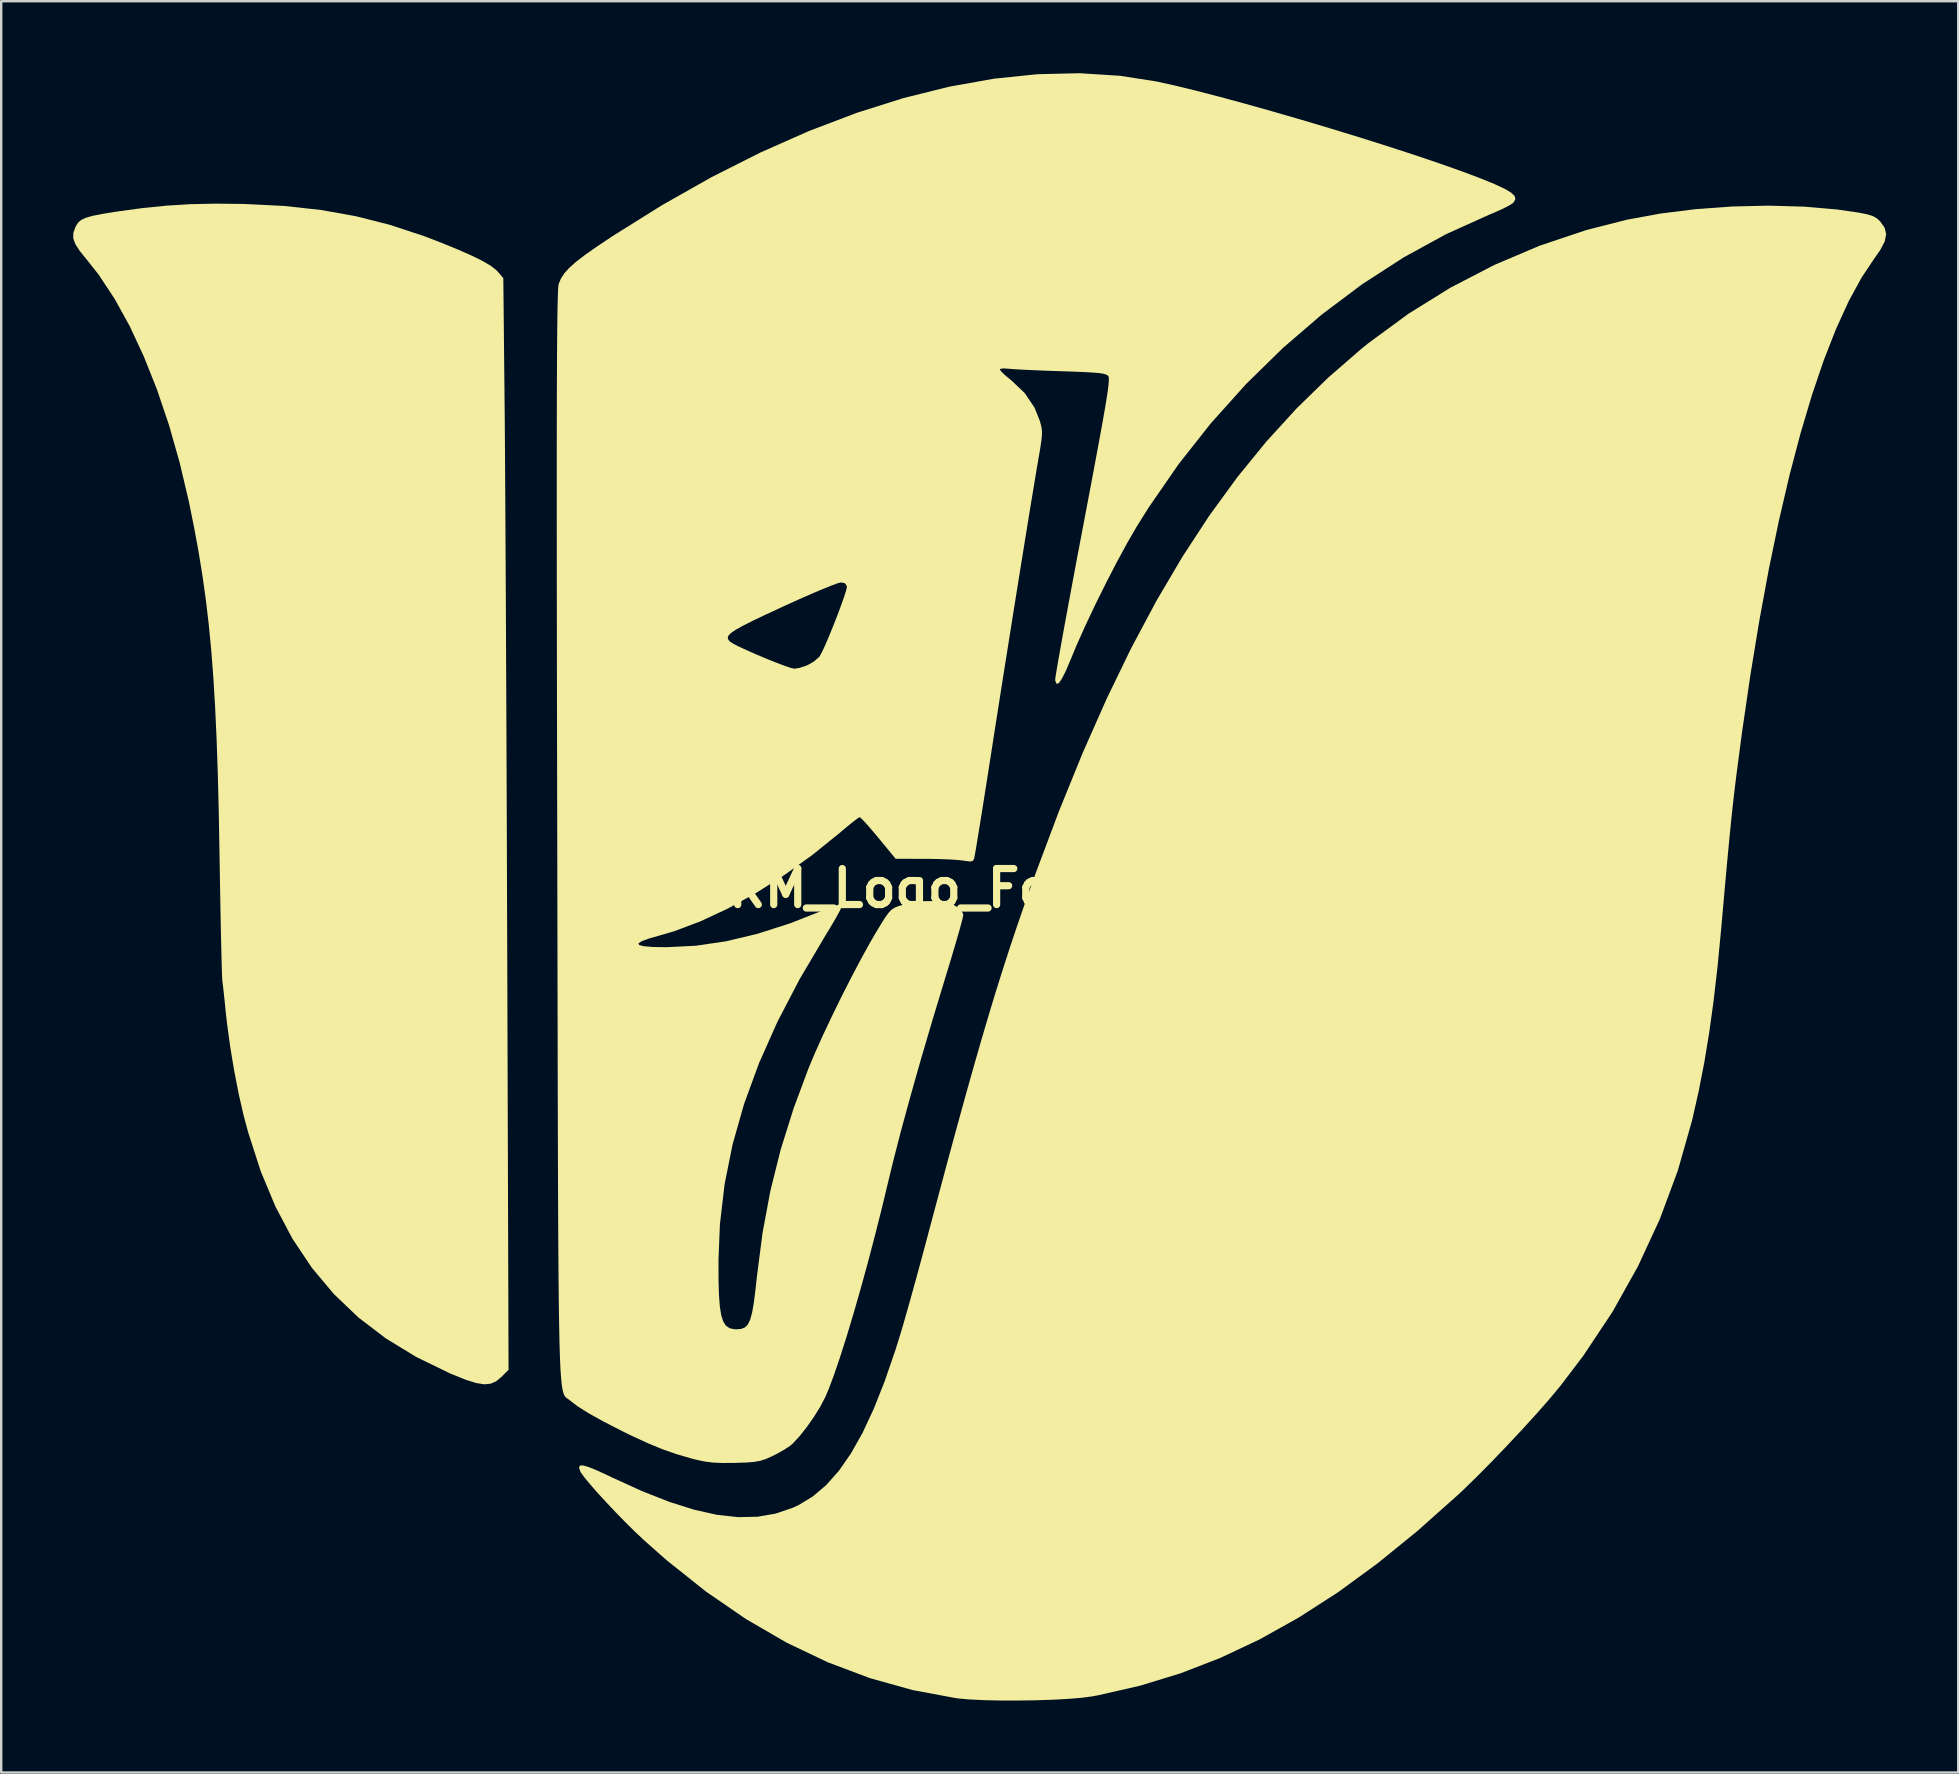
<source format=kicad_pcb>
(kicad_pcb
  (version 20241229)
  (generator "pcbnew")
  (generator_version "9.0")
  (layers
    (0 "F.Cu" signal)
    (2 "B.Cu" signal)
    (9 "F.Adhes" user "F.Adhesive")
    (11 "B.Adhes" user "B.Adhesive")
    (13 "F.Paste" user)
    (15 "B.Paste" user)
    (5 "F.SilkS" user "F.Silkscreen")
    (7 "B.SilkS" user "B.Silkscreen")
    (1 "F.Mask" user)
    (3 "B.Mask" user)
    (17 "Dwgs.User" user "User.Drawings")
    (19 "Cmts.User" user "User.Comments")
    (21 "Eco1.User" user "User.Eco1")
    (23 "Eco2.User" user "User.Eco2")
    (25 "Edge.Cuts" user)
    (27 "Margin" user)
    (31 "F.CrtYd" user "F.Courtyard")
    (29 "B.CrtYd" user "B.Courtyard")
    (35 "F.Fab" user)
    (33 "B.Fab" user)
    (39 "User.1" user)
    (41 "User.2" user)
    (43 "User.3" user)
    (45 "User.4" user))
  (footprint "RM_Logo_Footprint"
    (layer "F.Cu")
    (at 37.754 33.955)
    (property "Reference" "RM_Logo_Footprint" (at 0 0 0) (layer "F.SilkS") (effects (font (size 1.5 1.5) (thickness 0.3))))
    (attr board_only exclude_from_pos_files exclude_from_bom)
    (fp_poly (pts (xy -30.708 -28.51) (xy -30.607 -28.507) (xy -28.962 -28.425) (xy -27.43 -28.257) (xy -25.974 -27.997) (xy -24.556 -27.637) (xy -23.14 -27.169) (xy -22.402 -26.886) (xy -21.691 -26.593) (xy -21.125 -26.343) (xy -20.689 -26.127) (xy -20.367 -25.936) (xy -20.141 -25.764) (xy -20.047 -25.666) (xy -19.836 -25.416) (xy -19.782 -20.095) (xy -19.776 -19.467) (xy -19.77 -18.68) (xy -19.764 -17.748) (xy -19.757 -16.68) (xy -19.75 -15.489) (xy -19.743 -14.186) (xy -19.735 -12.782) (xy -19.728 -11.289) (xy -19.721 -9.719) (xy -19.713 -8.083) (xy -19.706 -6.391) (xy -19.699 -4.657) (xy -19.692 -2.891) (xy -19.686 -1.104) (xy -19.68 0.691) (xy -19.674 2.483) (xy -19.673 2.642) (xy -19.618 20.059) (xy -19.918 20.359) (xy -20.134 20.537) (xy -20.365 20.639) (xy -20.637 20.664) (xy -20.976 20.609) (xy -21.406 20.473) (xy -21.952 20.254) (xy -22.077 20.2) (xy -23.466 19.524) (xy -24.729 18.753) (xy -25.871 17.881) (xy -26.897 16.902) (xy -27.812 15.81) (xy -28.621 14.598) (xy -29.329 13.26) (xy -29.941 11.791) (xy -30.461 10.183) (xy -30.659 9.446) (xy -30.856 8.588) (xy -31.043 7.626) (xy -31.21 6.627) (xy -31.344 5.656) (xy -31.408 5.08) (xy -31.449 4.665) (xy -31.49 4.289) (xy -31.523 3.997) (xy -31.542 3.852) (xy -31.551 3.724) (xy -31.561 3.441) (xy -31.573 3.02) (xy -31.586 2.477) (xy -31.601 1.827) (xy -31.616 1.085) (xy -31.631 0.267) (xy -31.646 -0.612) (xy -31.661 -1.524) (xy -31.692 -3.244) (xy -31.732 -4.813) (xy -31.782 -6.248) (xy -31.843 -7.567) (xy -31.917 -8.788) (xy -32.005 -9.927) (xy -32.109 -11.003) (xy -32.231 -12.034) (xy -32.372 -13.037) (xy -32.534 -14.03) (xy -32.718 -15.031) (xy -32.925 -16.056) (xy -32.934 -16.1) (xy -33.319 -17.734) (xy -33.764 -19.297) (xy -34.264 -20.777) (xy -34.813 -22.157) (xy -35.404 -23.424) (xy -36.032 -24.562) (xy -36.69 -25.557) (xy -37.167 -26.162) (xy -37.474 -26.54) (xy -37.666 -26.836) (xy -37.754 -27.082) (xy -37.748 -27.31) (xy -37.66 -27.551) (xy -37.638 -27.594) (xy -37.548 -27.732) (xy -37.421 -27.842) (xy -37.231 -27.932) (xy -36.952 -28.012) (xy -36.561 -28.091) (xy -36.03 -28.177) (xy -35.941 -28.19) (xy -34.869 -28.337) (xy -33.868 -28.438) (xy -32.879 -28.499) (xy -31.846 -28.521)) (stroke (width 0) (type solid)) (fill yes) (layer "F.SilkS"))
    (fp_poly (pts (xy 34.353 -28.396) (xy 35.741 -28.276) (xy 36.618 -28.149) (xy 36.981 -28.078) (xy 37.223 -28.002) (xy 37.394 -27.903) (xy 37.529 -27.773) (xy 37.71 -27.512) (xy 37.772 -27.245) (xy 37.711 -26.945) (xy 37.523 -26.586) (xy 37.301 -26.269) (xy 36.749 -25.444) (xy 36.21 -24.455) (xy 35.685 -23.306) (xy 35.174 -22.001) (xy 34.679 -20.545) (xy 34.202 -18.942) (xy 33.743 -17.198) (xy 33.304 -15.315) (xy 32.885 -13.299) (xy 32.489 -11.155) (xy 32.116 -8.886) (xy 31.767 -6.497) (xy 31.547 -4.826) (xy 31.486 -4.34) (xy 31.43 -3.869) (xy 31.376 -3.391) (xy 31.322 -2.886) (xy 31.266 -2.334) (xy 31.206 -1.713) (xy 31.139 -1.002) (xy 31.065 -0.181) (xy 30.98 0.771) (xy 30.902 1.651) (xy 30.751 3.229) (xy 30.586 4.668) (xy 30.403 5.995) (xy 30.198 7.242) (xy 29.965 8.436) (xy 29.702 9.607) (xy 29.68 9.694) (xy 29.09 11.768) (xy 28.341 13.787) (xy 27.433 15.747) (xy 26.371 17.645) (xy 25.154 19.476) (xy 24.196 20.736) (xy 23.77 21.248) (xy 23.248 21.844) (xy 22.659 22.493) (xy 22.031 23.165) (xy 21.394 23.83) (xy 20.776 24.457) (xy 20.205 25.015) (xy 19.946 25.259) (xy 18.247 26.772) (xy 16.58 28.127) (xy 14.935 29.328) (xy 13.301 30.38) (xy 11.67 31.291) (xy 10.03 32.064) (xy 8.374 32.705) (xy 6.689 33.22) (xy 4.968 33.613) (xy 4.699 33.664) (xy 4.273 33.721) (xy 3.714 33.768) (xy 3.058 33.804) (xy 2.341 33.827) (xy 1.6 33.838) (xy 0.869 33.837) (xy 0.186 33.822) (xy -0.414 33.793) (xy -0.894 33.75) (xy -0.974 33.739) (xy -2.788 33.401) (xy -4.566 32.904) (xy -6.313 32.247) (xy -8.03 31.429) (xy -9.722 30.447) (xy -11.39 29.301) (xy -13.038 27.988) (xy -13.97 27.164) (xy -14.343 26.813) (xy -14.745 26.416) (xy -15.155 25.995) (xy -15.553 25.574) (xy -15.919 25.175) (xy -16.23 24.819) (xy -16.468 24.53) (xy -16.61 24.33) (xy -16.63 24.292) (xy -16.681 24.137) (xy -16.649 24.052) (xy -16.522 24.042) (xy -16.288 24.108) (xy -15.934 24.251) (xy -15.448 24.476) (xy -15.316 24.54) (xy -14.069 25.109) (xy -12.93 25.558) (xy -11.888 25.888) (xy -10.933 26.101) (xy -10.055 26.198) (xy -9.244 26.18) (xy -8.49 26.05) (xy -7.781 25.808) (xy -7.527 25.69) (xy -6.938 25.332) (xy -6.382 24.859) (xy -5.855 24.265) (xy -5.352 23.541) (xy -4.868 22.68) (xy -4.4 21.676) (xy -3.943 20.521) (xy -3.492 19.207) (xy -3.272 18.5) (xy -3.153 18.095) (xy -3 17.558) (xy -2.822 16.923) (xy -2.628 16.222) (xy -2.428 15.487) (xy -2.23 14.751) (xy -2.158 14.478) (xy -1.707 12.786) (xy -1.293 11.243) (xy -0.91 9.835) (xy -0.555 8.548) (xy -0.222 7.365) (xy 0.092 6.274) (xy 0.392 5.258) (xy 0.682 4.303) (xy 0.967 3.394) (xy 1.251 2.517) (xy 1.538 1.657) (xy 1.834 0.798) (xy 2.141 -0.073) (xy 2.344 -0.635) (xy 3.312 -3.212) (xy 4.294 -5.627) (xy 5.295 -7.888) (xy 6.319 -10.001) (xy 7.371 -11.973) (xy 8.456 -13.813) (xy 9.577 -15.527) (xy 10.739 -17.122) (xy 11.948 -18.606) (xy 13.206 -19.985) (xy 14.52 -21.267) (xy 15.893 -22.46) (xy 16.2 -22.708) (xy 17.858 -23.926) (xy 19.611 -25.015) (xy 21.443 -25.966) (xy 23.337 -26.77) (xy 25.276 -27.421) (xy 26.971 -27.852) (xy 28.373 -28.109) (xy 29.852 -28.294) (xy 31.368 -28.403) (xy 32.882 -28.438)) (stroke (width 0) (type solid)) (fill yes) (layer "F.SilkS"))
    (fp_poly (pts (xy 5.852 -33.848) (xy 7.366 -33.612) (xy 8.122 -33.446) (xy 9.013 -33.229) (xy 10.015 -32.969) (xy 11.104 -32.674) (xy 12.255 -32.35) (xy 13.445 -32.005) (xy 14.648 -31.646) (xy 15.841 -31.28) (xy 17 -30.914) (xy 18.1 -30.556) (xy 19.117 -30.213) (xy 20.027 -29.892) (xy 20.805 -29.601) (xy 20.897 -29.565) (xy 21.46 -29.335) (xy 21.872 -29.144) (xy 22.146 -28.982) (xy 22.294 -28.841) (xy 22.327 -28.711) (xy 22.258 -28.583) (xy 22.217 -28.541) (xy 22.071 -28.446) (xy 21.81 -28.313) (xy 21.476 -28.161) (xy 21.251 -28.068) (xy 19.446 -27.254) (xy 17.671 -26.282) (xy 15.939 -25.162) (xy 14.26 -23.902) (xy 12.645 -22.512) (xy 11.104 -21.003) (xy 9.65 -19.384) (xy 8.292 -17.664) (xy 7.042 -15.854) (xy 6.546 -15.06) (xy 6.151 -14.378) (xy 5.719 -13.583) (xy 5.271 -12.717) (xy 4.829 -11.825) (xy 4.416 -10.952) (xy 4.053 -10.141) (xy 3.814 -9.567) (xy 3.601 -9.063) (xy 3.429 -8.721) (xy 3.299 -8.54) (xy 3.208 -8.52) (xy 3.156 -8.659) (xy 3.153 -8.678) (xy 3.165 -8.787) (xy 3.207 -9.049) (xy 3.275 -9.45) (xy 3.369 -9.978) (xy 3.484 -10.618) (xy 3.619 -11.358) (xy 3.772 -12.183) (xy 3.939 -13.081) (xy 4.119 -14.039) (xy 4.307 -15.028) (xy 4.53 -16.205) (xy 4.723 -17.227) (xy 4.887 -18.104) (xy 5.024 -18.848) (xy 5.137 -19.47) (xy 5.226 -19.98) (xy 5.294 -20.389) (xy 5.343 -20.71) (xy 5.374 -20.951) (xy 5.389 -21.125) (xy 5.39 -21.242) (xy 5.379 -21.314) (xy 5.362 -21.346) (xy 5.298 -21.393) (xy 5.183 -21.43) (xy 4.996 -21.461) (xy 4.715 -21.485) (xy 4.319 -21.507) (xy 3.788 -21.528) (xy 3.405 -21.54) (xy 2.839 -21.559) (xy 2.31 -21.581) (xy 1.847 -21.602) (xy 1.483 -21.623) (xy 1.247 -21.641) (xy 1.206 -21.645) (xy 0.981 -21.659) (xy 0.857 -21.632) (xy 0.847 -21.613) (xy 0.909 -21.526) (xy 1.074 -21.369) (xy 1.307 -21.176) (xy 1.338 -21.151) (xy 1.885 -20.629) (xy 2.291 -20.028) (xy 2.514 -19.475) (xy 2.569 -19.271) (xy 2.6 -19.092) (xy 2.604 -18.899) (xy 2.58 -18.651) (xy 2.528 -18.308) (xy 2.466 -17.949) (xy 2.386 -17.481) (xy 2.283 -16.863) (xy 2.159 -16.114) (xy 2.018 -15.252) (xy 1.863 -14.294) (xy 1.696 -13.259) (xy 1.52 -12.165) (xy 1.339 -11.03) (xy 1.155 -9.872) (xy 0.97 -8.708) (xy 0.789 -7.558) (xy 0.613 -6.438) (xy 0.468 -5.505) (xy 0.34 -4.687) (xy 0.219 -3.917) (xy 0.107 -3.212) (xy 0.007 -2.588) (xy -0.079 -2.062) (xy -0.147 -1.652) (xy -0.195 -1.374) (xy -0.22 -1.244) (xy -0.221 -1.24) (xy -0.272 -1.146) (xy -0.377 -1.115) (xy -0.583 -1.138) (xy -0.665 -1.152) (xy -0.895 -1.179) (xy -1.251 -1.202) (xy -1.687 -1.218) (xy -2.159 -1.226) (xy -2.275 -1.226) (xy -3.491 -1.228) (xy -4.206 -2.095) (xy -4.475 -2.416) (xy -4.709 -2.684) (xy -4.886 -2.873) (xy -4.982 -2.96) (xy -4.991 -2.963) (xy -5.078 -2.911) (xy -5.266 -2.769) (xy -5.527 -2.558) (xy -5.834 -2.299) (xy -5.853 -2.283) (xy -6.973 -1.379) (xy -8.134 -0.547) (xy -9.313 0.199) (xy -10.487 0.847) (xy -11.634 1.382) (xy -12.729 1.793) (xy -13.298 1.959) (xy -13.768 2.093) (xy -14.071 2.205) (xy -14.208 2.295) (xy -14.177 2.365) (xy -13.978 2.415) (xy -13.612 2.445) (xy -13.077 2.455) (xy -13.042 2.455) (xy -11.822 2.394) (xy -10.563 2.209) (xy -9.25 1.897) (xy -7.868 1.453) (xy -6.416 0.88) (xy -6.109 0.761) (xy -5.868 0.687) (xy -5.73 0.671) (xy -5.713 0.68) (xy -5.74 0.775) (xy -5.844 0.987) (xy -6.012 1.291) (xy -6.23 1.661) (xy -6.418 1.967) (xy -7.494 3.789) (xy -8.416 5.56) (xy -9.186 7.29) (xy -9.807 8.988) (xy -10.284 10.666) (xy -10.618 12.331) (xy -10.813 13.995) (xy -10.873 15.494) (xy -10.871 16.281) (xy -10.854 16.914) (xy -10.818 17.41) (xy -10.759 17.784) (xy -10.673 18.051) (xy -10.557 18.227) (xy -10.405 18.328) (xy -10.215 18.369) (xy -10.124 18.373) (xy -9.93 18.357) (xy -9.776 18.298) (xy -9.653 18.177) (xy -9.554 17.976) (xy -9.471 17.675) (xy -9.399 17.256) (xy -9.329 16.701) (xy -9.274 16.193) (xy -9.038 14.358) (xy -8.711 12.606) (xy -8.283 10.89) (xy -7.741 9.163) (xy -7.119 7.493) (xy -6.855 6.865) (xy -6.525 6.13) (xy -6.146 5.328) (xy -5.739 4.498) (xy -5.322 3.679) (xy -4.917 2.911) (xy -4.54 2.231) (xy -4.368 1.935) (xy -4.118 1.518) (xy -3.932 1.222) (xy -3.788 1.022) (xy -3.664 0.893) (xy -3.54 0.811) (xy -3.394 0.75) (xy -3.336 0.73) (xy -2.845 0.601) (xy -2.347 0.537) (xy -1.868 0.533) (xy -1.435 0.587) (xy -1.076 0.693) (xy -0.818 0.848) (xy -0.688 1.047) (xy -0.677 1.128) (xy -0.702 1.251) (xy -0.77 1.513) (xy -0.876 1.892) (xy -1.014 2.368) (xy -1.177 2.918) (xy -1.36 3.519) (xy -1.407 3.672) (xy -1.947 5.454) (xy -2.44 7.128) (xy -2.881 8.683) (xy -3.27 10.109) (xy -3.601 11.396) (xy -3.804 12.234) (xy -4.079 13.376) (xy -4.367 14.515) (xy -4.661 15.633) (xy -4.958 16.711) (xy -5.25 17.73) (xy -5.534 18.672) (xy -5.803 19.517) (xy -6.052 20.249) (xy -6.275 20.847) (xy -6.423 21.196) (xy -6.627 21.587) (xy -6.894 22.018) (xy -7.195 22.446) (xy -7.497 22.829) (xy -7.771 23.124) (xy -7.893 23.229) (xy -8.128 23.384) (xy -8.44 23.56) (xy -8.682 23.68) (xy -8.92 23.784) (xy -9.14 23.853) (xy -9.386 23.896) (xy -9.704 23.922) (xy -10.141 23.936) (xy -10.202 23.938) (xy -10.7 23.942) (xy -11.09 23.926) (xy -11.435 23.883) (xy -11.796 23.807) (xy -11.985 23.758) (xy -12.598 23.581) (xy -13.189 23.376) (xy -13.806 23.123) (xy -14.495 22.805) (xy -14.859 22.627) (xy -15.645 22.224) (xy -16.273 21.876) (xy -16.743 21.58) (xy -17.05 21.344) (xy -17.1 21.304) (xy -17.146 21.272) (xy -17.189 21.243) (xy -17.229 21.21) (xy -17.266 21.169) (xy -17.3 21.112) (xy -17.331 21.034) (xy -17.36 20.929) (xy -17.386 20.79) (xy -17.409 20.613) (xy -17.43 20.39) (xy -17.45 20.116) (xy -17.467 19.785) (xy -17.482 19.391) (xy -17.496 18.928) (xy -17.507 18.39) (xy -17.518 17.77) (xy -17.527 17.064) (xy -17.535 16.265) (xy -17.542 15.366) (xy -17.549 14.363) (xy -17.554 13.249) (xy -17.559 12.017) (xy -17.563 10.663) (xy -17.567 9.18) (xy -17.571 7.562) (xy -17.574 5.803) (xy -17.578 3.898) (xy -17.582 1.839) (xy -17.587 -0.378) (xy -17.59 -2.158) (xy -17.595 -4.555) (xy -17.599 -6.788) (xy -17.603 -8.863) (xy -17.605 -10.434) (xy -10.488 -10.434) (xy -10.457 -10.347) (xy -10.402 -10.281) (xy -10.269 -10.195) (xy -10.013 -10.065) (xy -9.67 -9.906) (xy -9.272 -9.731) (xy -8.856 -9.556) (xy -8.456 -9.396) (xy -8.107 -9.264) (xy -7.844 -9.176) (xy -7.705 -9.147) (xy -7.496 -9.182) (xy -7.229 -9.27) (xy -7.14 -9.308) (xy -6.89 -9.453) (xy -6.692 -9.623) (xy -6.651 -9.675) (xy -6.553 -9.857) (xy -6.418 -10.149) (xy -6.26 -10.519) (xy -6.091 -10.935) (xy -5.923 -11.363) (xy -5.77 -11.773) (xy -5.643 -12.13) (xy -5.556 -12.403) (xy -5.522 -12.559) (xy -5.522 -12.573) (xy -5.598 -12.707) (xy -5.772 -12.742) (xy -5.906 -12.708) (xy -6.171 -12.61) (xy -6.546 -12.458) (xy -7.008 -12.262) (xy -7.536 -12.03) (xy -8.108 -11.771) (xy -8.205 -11.726) (xy -8.891 -11.408) (xy -9.435 -11.149) (xy -9.851 -10.94) (xy -10.15 -10.773) (xy -10.348 -10.638) (xy -10.456 -10.528) (xy -10.488 -10.434) (xy -17.605 -10.434) (xy -17.605 -10.784) (xy -17.608 -12.557) (xy -17.609 -14.187) (xy -17.61 -15.68) (xy -17.61 -17.04) (xy -17.61 -18.274) (xy -17.608 -19.386) (xy -17.606 -20.381) (xy -17.603 -21.266) (xy -17.6 -22.045) (xy -17.595 -22.724) (xy -17.59 -23.307) (xy -17.584 -23.801) (xy -17.577 -24.211) (xy -17.569 -24.541) (xy -17.561 -24.798) (xy -17.551 -24.986) (xy -17.541 -25.11) (xy -17.53 -25.177) (xy -17.529 -25.18) (xy -17.435 -25.401) (xy -17.295 -25.619) (xy -17.09 -25.846) (xy -16.806 -26.099) (xy -16.424 -26.392) (xy -15.928 -26.74) (xy -15.303 -27.157) (xy -15.301 -27.159) (xy -13.226 -28.457) (xy -11.165 -29.623) (xy -9.122 -30.653) (xy -7.104 -31.547) (xy -5.116 -32.303) (xy -3.164 -32.92) (xy -1.254 -33.395) (xy 0.609 -33.727) (xy 2.418 -33.914) (xy 4.167 -33.955)) (stroke (width 0) (type solid)) (fill yes) (layer "F.SilkS")))
  (gr_rect
    (start -3 -3)
    (end 78.526 70.793)
    (stroke (width 0.1) (type default))
    (fill no)
    (layer "Edge.Cuts")))
</source>
